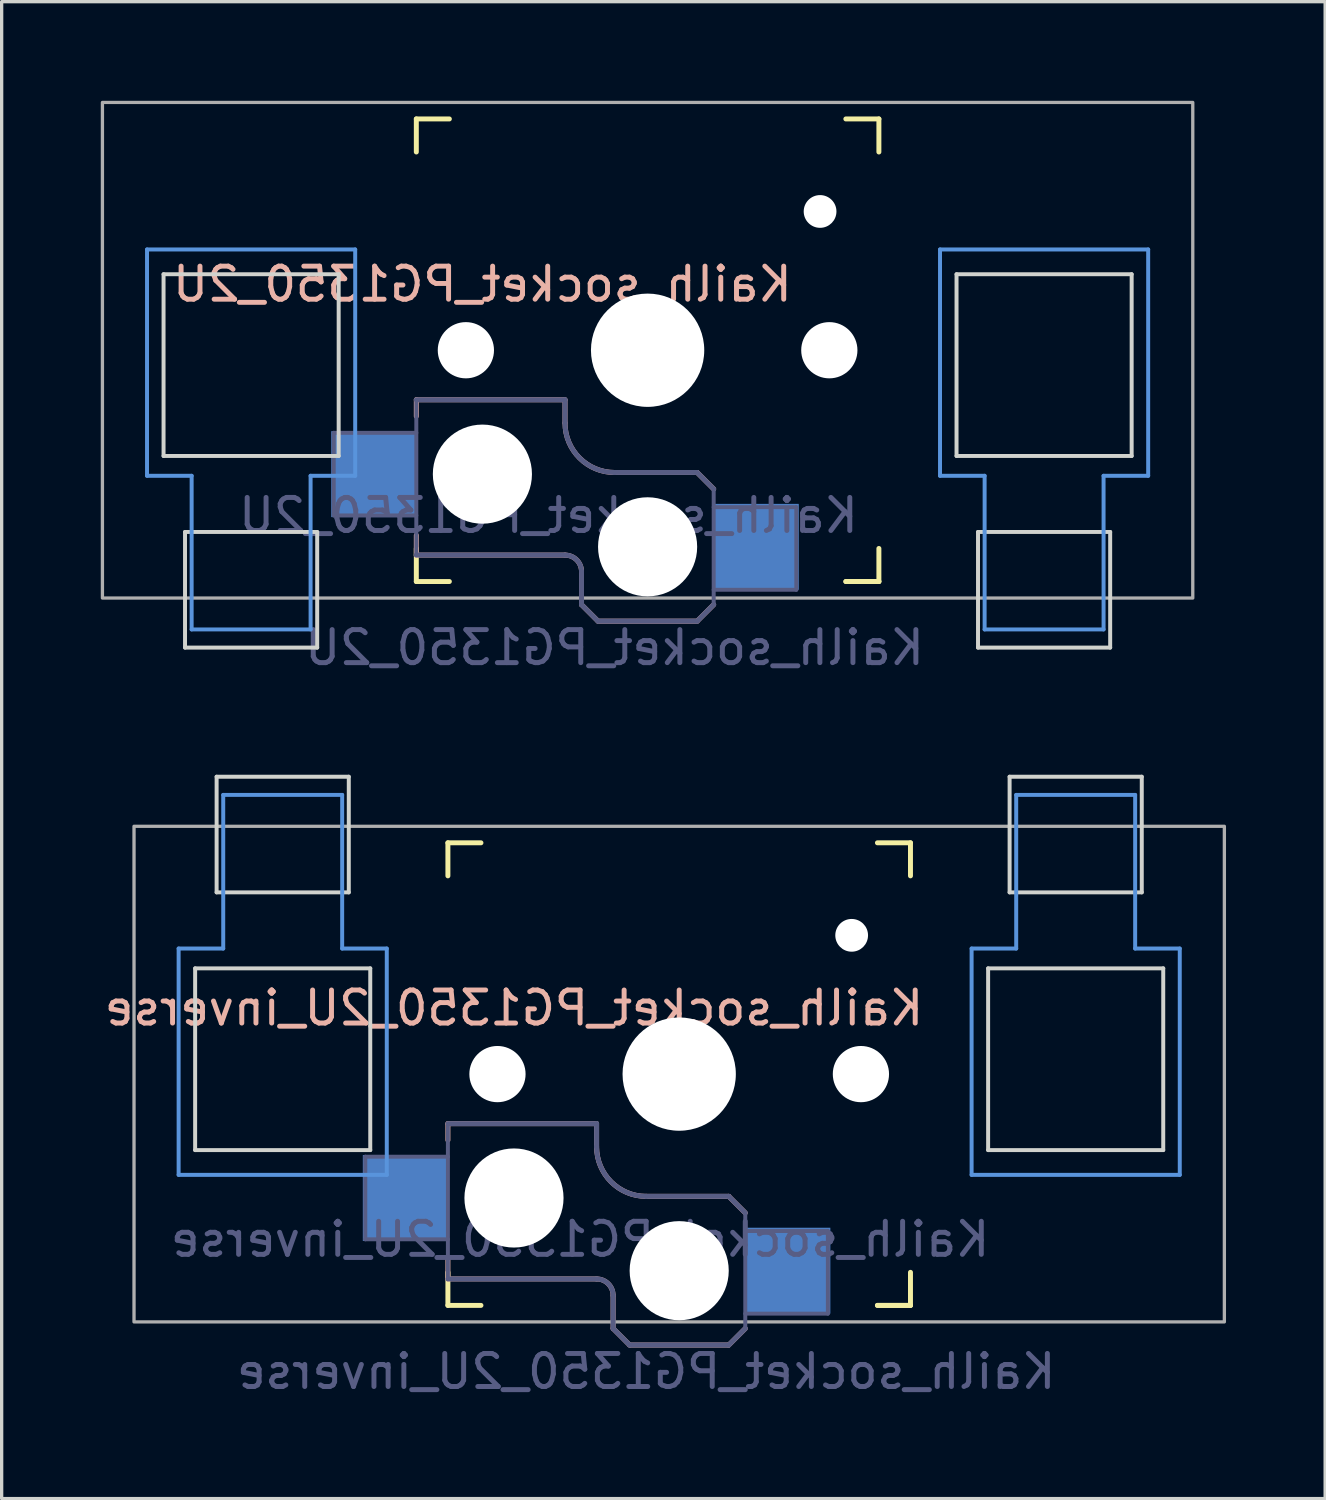
<source format=kicad_pcb>
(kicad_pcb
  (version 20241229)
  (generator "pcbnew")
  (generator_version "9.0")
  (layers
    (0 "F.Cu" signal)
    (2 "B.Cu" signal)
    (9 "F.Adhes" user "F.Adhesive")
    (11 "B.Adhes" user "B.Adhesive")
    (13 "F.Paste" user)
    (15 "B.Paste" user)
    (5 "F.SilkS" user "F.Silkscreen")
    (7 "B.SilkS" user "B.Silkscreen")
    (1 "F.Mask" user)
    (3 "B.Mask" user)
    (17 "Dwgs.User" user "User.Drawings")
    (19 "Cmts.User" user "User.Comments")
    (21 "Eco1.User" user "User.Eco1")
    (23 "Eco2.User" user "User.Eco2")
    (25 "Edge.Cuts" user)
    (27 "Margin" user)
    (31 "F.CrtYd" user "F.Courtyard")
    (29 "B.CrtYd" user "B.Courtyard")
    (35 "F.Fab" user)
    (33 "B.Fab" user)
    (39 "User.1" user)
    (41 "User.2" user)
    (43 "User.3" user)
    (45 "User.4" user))
  (footprint "Kailh_socket_PG1350_2U"
    (layer "F.Cu")
    (at 16.55 7.55)
    (property "Reference" "Kailh_socket_PG1350_2U" (at -5 -2 0) (layer "B.SilkS") (effects (font (size 1 1) (thickness 0.15)) (justify mirror)))
    (property "Value" "Kailh_socket_PG1350_2U" (at 0 8.255 0) (layer "F.Fab") (hide yes) (effects (font (size 1 1) (thickness 0.15))))
    (attr smd)
    (fp_line (start -7 -6) (end -7 -7) (stroke (width 0.15) (type solid)) (layer "F.SilkS"))
    (fp_line (start -7 7) (end -7 6) (stroke (width 0.15) (type solid)) (layer "F.SilkS"))
    (fp_line (start -7 7) (end -6 7) (stroke (width 0.15) (type solid)) (layer "F.SilkS"))
    (fp_line (start -6 -7) (end -7 -7) (stroke (width 0.15) (type solid)) (layer "F.SilkS"))
    (fp_line (start 6 7) (end 7 7) (stroke (width 0.15) (type solid)) (layer "F.SilkS"))
    (fp_line (start 7 -7) (end 6 -7) (stroke (width 0.15) (type solid)) (layer "F.SilkS"))
    (fp_line (start 7 -7) (end 7 -6) (stroke (width 0.15) (type solid)) (layer "F.SilkS"))
    (fp_line (start 7 6) (end 7 7) (stroke (width 0.15) (type solid)) (layer "F.SilkS"))
    (fp_line (start 7 7) (end 6 7) (stroke (width 0.15) (type solid)) (layer "F.SilkS"))
    (fp_line (start -7 1.5) (end -7 2) (stroke (width 0.15) (type solid)) (layer "B.SilkS"))
    (fp_line (start -7 5.6) (end -7 6.2) (stroke (width 0.15) (type solid)) (layer "B.SilkS"))
    (fp_line (start -7 6.2) (end -2.5 6.2) (stroke (width 0.15) (type solid)) (layer "B.SilkS"))
    (fp_line (start -2.5 1.5) (end -7 1.5) (stroke (width 0.15) (type solid)) (layer "B.SilkS"))
    (fp_line (start -2.5 2.2) (end -2.5 1.5) (stroke (width 0.15) (type solid)) (layer "B.SilkS"))
    (fp_line (start -2 6.7) (end -2 7.7) (stroke (width 0.15) (type solid)) (layer "B.SilkS"))
    (fp_line (start -1.5 8.2) (end -2 7.7) (stroke (width 0.15) (type solid)) (layer "B.SilkS"))
    (fp_line (start 1.5 3.7) (end -1 3.7) (stroke (width 0.15) (type solid)) (layer "B.SilkS"))
    (fp_line (start 1.5 8.2) (end -1.5 8.2) (stroke (width 0.15) (type solid)) (layer "B.SilkS"))
    (fp_line (start 2 4.2) (end 1.5 3.7) (stroke (width 0.15) (type solid)) (layer "B.SilkS"))
    (fp_line (start 2 7.7) (end 1.5 8.2) (stroke (width 0.15) (type solid)) (layer "B.SilkS"))
    (fp_arc (start -2.5 6.2) (mid -2.146447 6.346447) (end -2 6.7) (stroke (width 0.15) (type solid)) (layer "B.SilkS"))
    (fp_arc (start -1 3.7) (mid -2.06066 3.26066) (end -2.5 2.2) (stroke (width 0.15) (type solid)) (layer "B.SilkS"))
    (fp_line (start -15.15 -3.05) (end -15.15 3.8) (stroke (width 0.12) (type solid)) (layer "Cmts.User"))
    (fp_line (start -13.8 3.8) (end -15.15 3.8) (stroke (width 0.12) (type solid)) (layer "Cmts.User"))
    (fp_line (start -13.8 8.45) (end -13.8 3.8) (stroke (width 0.12) (type solid)) (layer "Cmts.User"))
    (fp_line (start -10.2 8.45) (end -13.8 8.45) (stroke (width 0.12) (type solid)) (layer "Cmts.User"))
    (fp_line (start -10.2 8.45) (end -10.2 3.8) (stroke (width 0.12) (type solid)) (layer "Cmts.User"))
    (fp_line (start -8.85 -3.05) (end -15.15 -3.05) (stroke (width 0.12) (type solid)) (layer "Cmts.User"))
    (fp_line (start -8.85 -3.05) (end -8.85 3.8) (stroke (width 0.12) (type solid)) (layer "Cmts.User"))
    (fp_line (start -8.85 3.8) (end -10.2 3.8) (stroke (width 0.12) (type solid)) (layer "Cmts.User"))
    (fp_line (start 8.85 -3.05) (end 8.85 3.8) (stroke (width 0.12) (type solid)) (layer "Cmts.User"))
    (fp_line (start 10.2 3.8) (end 8.85 3.8) (stroke (width 0.12) (type solid)) (layer "Cmts.User"))
    (fp_line (start 10.2 8.45) (end 10.2 3.8) (stroke (width 0.12) (type solid)) (layer "Cmts.User"))
    (fp_line (start 13.8 8.45) (end 10.2 8.45) (stroke (width 0.12) (type solid)) (layer "Cmts.User"))
    (fp_line (start 13.8 8.45) (end 13.8 3.8) (stroke (width 0.12) (type solid)) (layer "Cmts.User"))
    (fp_line (start 15.15 -3.05) (end 8.85 -3.05) (stroke (width 0.12) (type solid)) (layer "Cmts.User"))
    (fp_line (start 15.15 -3.05) (end 15.15 3.8) (stroke (width 0.12) (type solid)) (layer "Cmts.User"))
    (fp_line (start 15.15 3.8) (end 13.8 3.8) (stroke (width 0.12) (type solid)) (layer "Cmts.User"))
    (fp_line (start -6.9 6.9) (end -6.9 -6.9) (stroke (width 0.15) (type solid)) (layer "Eco2.User"))
    (fp_line (start -6.9 6.9) (end 6.9 6.9) (stroke (width 0.15) (type solid)) (layer "Eco2.User"))
    (fp_line (start -2.6 -3.1) (end -2.6 -6.3) (stroke (width 0.15) (type solid)) (layer "Eco2.User"))
    (fp_line (start -2.6 -3.1) (end 2.6 -3.1) (stroke (width 0.15) (type solid)) (layer "Eco2.User"))
    (fp_line (start 2.6 -6.3) (end -2.6 -6.3) (stroke (width 0.15) (type solid)) (layer "Eco2.User"))
    (fp_line (start 2.6 -3.1) (end 2.6 -6.3) (stroke (width 0.15) (type solid)) (layer "Eco2.User"))
    (fp_line (start 6.9 -6.9) (end -6.9 -6.9) (stroke (width 0.15) (type solid)) (layer "Eco2.User"))
    (fp_line (start 6.9 -6.9) (end 6.9 6.9) (stroke (width 0.15) (type solid)) (layer "Eco2.User"))
    (fp_line (start -14.65 -2.3) (end -14.65 3.2) (stroke (width 0.12) (type solid)) (layer "Edge.Cuts"))
    (fp_line (start -14 5.5) (end -14 9) (stroke (width 0.12) (type solid)) (layer "Edge.Cuts"))
    (fp_line (start -10 5.5) (end -14 5.5) (stroke (width 0.12) (type solid)) (layer "Edge.Cuts"))
    (fp_line (start -10 9) (end -14 9) (stroke (width 0.12) (type solid)) (layer "Edge.Cuts"))
    (fp_line (start -10 9) (end -10 5.5) (stroke (width 0.12) (type solid)) (layer "Edge.Cuts"))
    (fp_line (start -9.35 -2.3) (end -14.65 -2.3) (stroke (width 0.12) (type solid)) (layer "Edge.Cuts"))
    (fp_line (start -9.35 3.2) (end -14.65 3.2) (stroke (width 0.12) (type solid)) (layer "Edge.Cuts"))
    (fp_line (start -9.35 3.2) (end -9.35 -2.3) (stroke (width 0.12) (type solid)) (layer "Edge.Cuts"))
    (fp_line (start 9.35 -2.3) (end 9.35 3.2) (stroke (width 0.12) (type solid)) (layer "Edge.Cuts"))
    (fp_line (start 10 5.5) (end 10 9) (stroke (width 0.12) (type solid)) (layer "Edge.Cuts"))
    (fp_line (start 14 5.5) (end 10 5.5) (stroke (width 0.12) (type solid)) (layer "Edge.Cuts"))
    (fp_line (start 14 9) (end 10 9) (stroke (width 0.12) (type solid)) (layer "Edge.Cuts"))
    (fp_line (start 14 9) (end 14 5.5) (stroke (width 0.12) (type solid)) (layer "Edge.Cuts"))
    (fp_line (start 14.65 -2.3) (end 9.35 -2.3) (stroke (width 0.12) (type solid)) (layer "Edge.Cuts"))
    (fp_line (start 14.65 3.2) (end 9.35 3.2) (stroke (width 0.12) (type solid)) (layer "Edge.Cuts"))
    (fp_line (start 14.65 3.2) (end 14.65 -2.3) (stroke (width 0.12) (type solid)) (layer "Edge.Cuts"))
    (fp_line (start -9.5 2.5) (end -7 2.5) (stroke (width 0.12) (type solid)) (layer "B.Fab"))
    (fp_line (start -9.5 5) (end -9.5 2.5) (stroke (width 0.12) (type solid)) (layer "B.Fab"))
    (fp_line (start -7 1.5) (end -7 6.2) (stroke (width 0.12) (type solid)) (layer "B.Fab"))
    (fp_line (start -7 5) (end -9.5 5) (stroke (width 0.12) (type solid)) (layer "B.Fab"))
    (fp_line (start -7 6.2) (end -2.5 6.2) (stroke (width 0.15) (type solid)) (layer "B.Fab"))
    (fp_line (start -2.5 1.5) (end -7 1.5) (stroke (width 0.15) (type solid)) (layer "B.Fab"))
    (fp_line (start -2.5 2.2) (end -2.5 1.5) (stroke (width 0.15) (type solid)) (layer "B.Fab"))
    (fp_line (start -2 6.7) (end -2 7.7) (stroke (width 0.15) (type solid)) (layer "B.Fab"))
    (fp_line (start -1.5 8.2) (end -2 7.7) (stroke (width 0.15) (type solid)) (layer "B.Fab"))
    (fp_line (start 1.5 3.7) (end -1 3.7) (stroke (width 0.15) (type solid)) (layer "B.Fab"))
    (fp_line (start 1.5 8.2) (end -1.5 8.2) (stroke (width 0.15) (type solid)) (layer "B.Fab"))
    (fp_line (start 2 4.2) (end 1.5 3.7) (stroke (width 0.15) (type solid)) (layer "B.Fab"))
    (fp_line (start 2 4.25) (end 2 7.7) (stroke (width 0.12) (type solid)) (layer "B.Fab"))
    (fp_line (start 2 4.75) (end 4.5 4.75) (stroke (width 0.12) (type solid)) (layer "B.Fab"))
    (fp_line (start 2 7.7) (end 1.5 8.2) (stroke (width 0.15) (type solid)) (layer "B.Fab"))
    (fp_line (start 4.5 4.75) (end 4.5 7.25) (stroke (width 0.12) (type solid)) (layer "B.Fab"))
    (fp_line (start 4.5 7.25) (end 2 7.25) (stroke (width 0.12) (type solid)) (layer "B.Fab"))
    (fp_arc (start -2.5 6.2) (mid -2.146447 6.346447) (end -2 6.7) (stroke (width 0.15) (type solid)) (layer "B.Fab"))
    (fp_arc (start -1 3.7) (mid -2.06066 3.26066) (end -2.5 2.2) (stroke (width 0.15) (type solid)) (layer "B.Fab"))
    (fp_rect (start -16.5 -7.5) (end 16.5 7.5) (stroke (width 0.1) (type solid)) (fill no) (layer "F.Fab"))
    (fp_text user "${REFERENCE}" (at -3 5 0) (layer "B.Fab") (effects (font (size 1 1) (thickness 0.15)) (justify mirror)))
    (fp_text user "${VALUE}" (at -1 9 0) (layer "B.Fab") (effects (font (size 1 1) (thickness 0.15)) (justify mirror)))
    (pad "" np_thru_hole circle (at -5.5 0) (size 1.702 1.702) (drill 1.702) (layers "*.Cu" "*.Mask"))
    (pad "" np_thru_hole circle (at -5 3.75) (size 3 3) (drill 3) (layers "*.Cu" "*.Mask"))
    (pad "" np_thru_hole circle (at 0 0 180) (size 3.429 3.429) (drill 3.429) (layers "*.Cu" "*.Mask"))
    (pad "" np_thru_hole circle (at 0 5.95) (size 3 3) (drill 3) (layers "*.Cu" "*.Mask"))
    (pad "" np_thru_hole circle (at 5.22 -4.2) (size 0.991 0.991) (drill 0.991) (layers "*.Cu" "*.Mask"))
    (pad "" np_thru_hole circle (at 5.5 0) (size 1.702 1.702) (drill 1.702) (layers "*.Cu" "*.Mask"))
    (pad "1" smd rect (at 3.275 5.95) (size 2.6 2.6) (layers "B.Cu" "B.Mask" "B.Paste"))
    (pad "2" smd rect (at -8.275 3.75) (size 2.6 2.6) (layers "B.Cu" "B.Mask" "B.Paste")))
  (footprint "Kailh_socket_PG1350_2U_inverse"
    (layer "F.Cu")
    (at 17.506 29.458)
    (property "Reference" "Kailh_socket_PG1350_2U_inverse" (at -5 -2 0) (layer "B.SilkS") (effects (font (size 1 1) (thickness 0.15)) (justify mirror)))
    (property "Value" "Kailh_socket_PG1350_2U_inverse" (at 0 8.255 0) (layer "F.Fab") (hide yes) (effects (font (size 1 1) (thickness 0.15))))
    (attr smd)
    (fp_line (start -7 -6) (end -7 -7) (stroke (width 0.15) (type solid)) (layer "F.SilkS"))
    (fp_line (start -7 7) (end -7 6) (stroke (width 0.15) (type solid)) (layer "F.SilkS"))
    (fp_line (start -7 7) (end -6 7) (stroke (width 0.15) (type solid)) (layer "F.SilkS"))
    (fp_line (start -6 -7) (end -7 -7) (stroke (width 0.15) (type solid)) (layer "F.SilkS"))
    (fp_line (start 6 7) (end 7 7) (stroke (width 0.15) (type solid)) (layer "F.SilkS"))
    (fp_line (start 7 -7) (end 6 -7) (stroke (width 0.15) (type solid)) (layer "F.SilkS"))
    (fp_line (start 7 -7) (end 7 -6) (stroke (width 0.15) (type solid)) (layer "F.SilkS"))
    (fp_line (start 7 6) (end 7 7) (stroke (width 0.15) (type solid)) (layer "F.SilkS"))
    (fp_line (start 7 7) (end 6 7) (stroke (width 0.15) (type solid)) (layer "F.SilkS"))
    (fp_line (start -7 1.5) (end -7 2) (stroke (width 0.15) (type solid)) (layer "B.SilkS"))
    (fp_line (start -7 5.6) (end -7 6.2) (stroke (width 0.15) (type solid)) (layer "B.SilkS"))
    (fp_line (start -7 6.2) (end -2.5 6.2) (stroke (width 0.15) (type solid)) (layer "B.SilkS"))
    (fp_line (start -2.5 1.5) (end -7 1.5) (stroke (width 0.15) (type solid)) (layer "B.SilkS"))
    (fp_line (start -2.5 2.2) (end -2.5 1.5) (stroke (width 0.15) (type solid)) (layer "B.SilkS"))
    (fp_line (start -2 6.7) (end -2 7.7) (stroke (width 0.15) (type solid)) (layer "B.SilkS"))
    (fp_line (start -1.5 8.2) (end -2 7.7) (stroke (width 0.15) (type solid)) (layer "B.SilkS"))
    (fp_line (start 1.5 3.7) (end -1 3.7) (stroke (width 0.15) (type solid)) (layer "B.SilkS"))
    (fp_line (start 1.5 8.2) (end -1.5 8.2) (stroke (width 0.15) (type solid)) (layer "B.SilkS"))
    (fp_line (start 2 4.2) (end 1.5 3.7) (stroke (width 0.15) (type solid)) (layer "B.SilkS"))
    (fp_line (start 2 7.7) (end 1.5 8.2) (stroke (width 0.15) (type solid)) (layer "B.SilkS"))
    (fp_arc (start -2.5 6.2) (mid -2.146447 6.346447) (end -2 6.7) (stroke (width 0.15) (type solid)) (layer "B.SilkS"))
    (fp_arc (start -1 3.7) (mid -2.06066 3.26066) (end -2.5 2.2) (stroke (width 0.15) (type solid)) (layer "B.SilkS"))
    (fp_line (start -15.15 -3.8) (end -13.8 -3.8) (stroke (width 0.12) (type solid)) (layer "Cmts.User"))
    (fp_line (start -15.15 3.05) (end -15.15 -3.8) (stroke (width 0.12) (type solid)) (layer "Cmts.User"))
    (fp_line (start -15.15 3.05) (end -8.85 3.05) (stroke (width 0.12) (type solid)) (layer "Cmts.User"))
    (fp_line (start -13.8 -8.45) (end -13.8 -3.8) (stroke (width 0.12) (type solid)) (layer "Cmts.User"))
    (fp_line (start -13.8 -8.45) (end -10.2 -8.45) (stroke (width 0.12) (type solid)) (layer "Cmts.User"))
    (fp_line (start -10.2 -8.45) (end -10.2 -3.8) (stroke (width 0.12) (type solid)) (layer "Cmts.User"))
    (fp_line (start -10.2 -3.8) (end -8.85 -3.8) (stroke (width 0.12) (type solid)) (layer "Cmts.User"))
    (fp_line (start -8.85 3.05) (end -8.85 -3.8) (stroke (width 0.12) (type solid)) (layer "Cmts.User"))
    (fp_line (start 8.85 -3.8) (end 10.2 -3.8) (stroke (width 0.12) (type solid)) (layer "Cmts.User"))
    (fp_line (start 8.85 3.05) (end 8.85 -3.8) (stroke (width 0.12) (type solid)) (layer "Cmts.User"))
    (fp_line (start 8.85 3.05) (end 15.15 3.05) (stroke (width 0.12) (type solid)) (layer "Cmts.User"))
    (fp_line (start 10.2 -8.45) (end 10.2 -3.8) (stroke (width 0.12) (type solid)) (layer "Cmts.User"))
    (fp_line (start 10.2 -8.45) (end 13.8 -8.45) (stroke (width 0.12) (type solid)) (layer "Cmts.User"))
    (fp_line (start 13.8 -8.45) (end 13.8 -3.8) (stroke (width 0.12) (type solid)) (layer "Cmts.User"))
    (fp_line (start 13.8 -3.8) (end 15.15 -3.8) (stroke (width 0.12) (type solid)) (layer "Cmts.User"))
    (fp_line (start 15.15 3.05) (end 15.15 -3.8) (stroke (width 0.12) (type solid)) (layer "Cmts.User"))
    (fp_line (start -6.9 6.9) (end -6.9 -6.9) (stroke (width 0.15) (type solid)) (layer "Eco2.User"))
    (fp_line (start -6.9 6.9) (end 6.9 6.9) (stroke (width 0.15) (type solid)) (layer "Eco2.User"))
    (fp_line (start -2.6 -3.1) (end -2.6 -6.3) (stroke (width 0.15) (type solid)) (layer "Eco2.User"))
    (fp_line (start -2.6 -3.1) (end 2.6 -3.1) (stroke (width 0.15) (type solid)) (layer "Eco2.User"))
    (fp_line (start 2.6 -6.3) (end -2.6 -6.3) (stroke (width 0.15) (type solid)) (layer "Eco2.User"))
    (fp_line (start 2.6 -3.1) (end 2.6 -6.3) (stroke (width 0.15) (type solid)) (layer "Eco2.User"))
    (fp_line (start 6.9 -6.9) (end -6.9 -6.9) (stroke (width 0.15) (type solid)) (layer "Eco2.User"))
    (fp_line (start 6.9 -6.9) (end 6.9 6.9) (stroke (width 0.15) (type solid)) (layer "Eco2.User"))
    (fp_line (start -14.65 -3.2) (end -14.65 2.3) (stroke (width 0.12) (type solid)) (layer "Edge.Cuts"))
    (fp_line (start -14.65 -3.2) (end -9.35 -3.2) (stroke (width 0.12) (type solid)) (layer "Edge.Cuts"))
    (fp_line (start -14.65 2.3) (end -9.35 2.3) (stroke (width 0.12) (type solid)) (layer "Edge.Cuts"))
    (fp_line (start -14 -9) (end -14 -5.5) (stroke (width 0.12) (type solid)) (layer "Edge.Cuts"))
    (fp_line (start -14 -9) (end -10 -9) (stroke (width 0.12) (type solid)) (layer "Edge.Cuts"))
    (fp_line (start -14 -5.5) (end -10 -5.5) (stroke (width 0.12) (type solid)) (layer "Edge.Cuts"))
    (fp_line (start -10 -5.5) (end -10 -9) (stroke (width 0.12) (type solid)) (layer "Edge.Cuts"))
    (fp_line (start -9.35 2.3) (end -9.35 -3.2) (stroke (width 0.12) (type solid)) (layer "Edge.Cuts"))
    (fp_line (start 9.35 -3.2) (end 9.35 2.3) (stroke (width 0.12) (type solid)) (layer "Edge.Cuts"))
    (fp_line (start 9.35 -3.2) (end 14.65 -3.2) (stroke (width 0.12) (type solid)) (layer "Edge.Cuts"))
    (fp_line (start 9.35 2.3) (end 14.65 2.3) (stroke (width 0.12) (type solid)) (layer "Edge.Cuts"))
    (fp_line (start 10 -9) (end 10 -5.5) (stroke (width 0.12) (type solid)) (layer "Edge.Cuts"))
    (fp_line (start 10 -9) (end 14 -9) (stroke (width 0.12) (type solid)) (layer "Edge.Cuts"))
    (fp_line (start 10 -5.5) (end 14 -5.5) (stroke (width 0.12) (type solid)) (layer "Edge.Cuts"))
    (fp_line (start 14 -5.5) (end 14 -9) (stroke (width 0.12) (type solid)) (layer "Edge.Cuts"))
    (fp_line (start 14.65 2.3) (end 14.65 -3.2) (stroke (width 0.12) (type solid)) (layer "Edge.Cuts"))
    (fp_line (start -9.5 2.5) (end -9.5 5) (stroke (width 0.12) (type solid)) (layer "B.Fab"))
    (fp_line (start -9.5 2.5) (end -7 2.5) (stroke (width 0.12) (type solid)) (layer "B.Fab"))
    (fp_line (start -7 1.5) (end -7 6.2) (stroke (width 0.12) (type solid)) (layer "B.Fab"))
    (fp_line (start -7 5) (end -9.5 5) (stroke (width 0.12) (type solid)) (layer "B.Fab"))
    (fp_line (start -7 6.2) (end -2.5 6.2) (stroke (width 0.15) (type solid)) (layer "B.Fab"))
    (fp_line (start -2.5 1.5) (end -7 1.5) (stroke (width 0.15) (type solid)) (layer "B.Fab"))
    (fp_line (start -2.5 2.2) (end -2.5 1.5) (stroke (width 0.15) (type solid)) (layer "B.Fab"))
    (fp_line (start -2 6.7) (end -2 7.7) (stroke (width 0.15) (type solid)) (layer "B.Fab"))
    (fp_line (start -1.5 8.2) (end -2 7.7) (stroke (width 0.15) (type solid)) (layer "B.Fab"))
    (fp_line (start 1.5 3.7) (end -1 3.7) (stroke (width 0.15) (type solid)) (layer "B.Fab"))
    (fp_line (start 1.5 8.2) (end -1.5 8.2) (stroke (width 0.15) (type solid)) (layer "B.Fab"))
    (fp_line (start 2 4.2) (end 1.5 3.7) (stroke (width 0.15) (type solid)) (layer "B.Fab"))
    (fp_line (start 2 4.25) (end 2 7.7) (stroke (width 0.12) (type solid)) (layer "B.Fab"))
    (fp_line (start 2 4.75) (end 4.5 4.75) (stroke (width 0.12) (type solid)) (layer "B.Fab"))
    (fp_line (start 2 7.7) (end 1.5 8.2) (stroke (width 0.15) (type solid)) (layer "B.Fab"))
    (fp_line (start 4.5 4.75) (end 4.5 7.25) (stroke (width 0.12) (type solid)) (layer "B.Fab"))
    (fp_line (start 4.5 7.25) (end 2 7.25) (stroke (width 0.12) (type solid)) (layer "B.Fab"))
    (fp_arc (start -2.5 6.2) (mid -2.146447 6.346447) (end -2 6.7) (stroke (width 0.15) (type solid)) (layer "B.Fab"))
    (fp_arc (start -1 3.7) (mid -2.06066 3.26066) (end -2.5 2.2) (stroke (width 0.15) (type solid)) (layer "B.Fab"))
    (fp_rect (start -16.5 -7.5) (end 16.5 7.5) (stroke (width 0.1) (type solid)) (fill no) (layer "F.Fab"))
    (fp_text user "${REFERENCE}" (at -3 5 0) (layer "B.Fab") (effects (font (size 1 1) (thickness 0.15)) (justify mirror)))
    (fp_text user "${VALUE}" (at -1 9 0) (layer "B.Fab") (effects (font (size 1 1) (thickness 0.15)) (justify mirror)))
    (pad "" np_thru_hole circle (at -5.5 0) (size 1.702 1.702) (drill 1.702) (layers "*.Cu" "*.Mask"))
    (pad "" np_thru_hole circle (at -5 3.75) (size 3 3) (drill 3) (layers "*.Cu" "*.Mask"))
    (pad "" np_thru_hole circle (at 0 0) (size 3.429 3.429) (drill 3.429) (layers "*.Cu" "*.Mask"))
    (pad "" np_thru_hole circle (at 0 5.95) (size 3 3) (drill 3) (layers "*.Cu" "*.Mask"))
    (pad "" np_thru_hole circle (at 5.22 -4.2) (size 0.991 0.991) (drill 0.991) (layers "*.Cu" "*.Mask"))
    (pad "" np_thru_hole circle (at 5.5 0) (size 1.702 1.702) (drill 1.702) (layers "*.Cu" "*.Mask"))
    (pad "1" smd rect (at 3.275 5.95) (size 2.6 2.6) (layers "B.Cu" "B.Mask" "B.Paste"))
    (pad "2" smd rect (at -8.275 3.75) (size 2.6 2.6) (layers "B.Cu" "B.Mask" "B.Paste")))
  (gr_rect
    (start -3 -3)
    (end 37.056 42.306)
    (stroke (width 0.1) (type default))
    (fill no)
    (layer "Edge.Cuts")))
</source>
